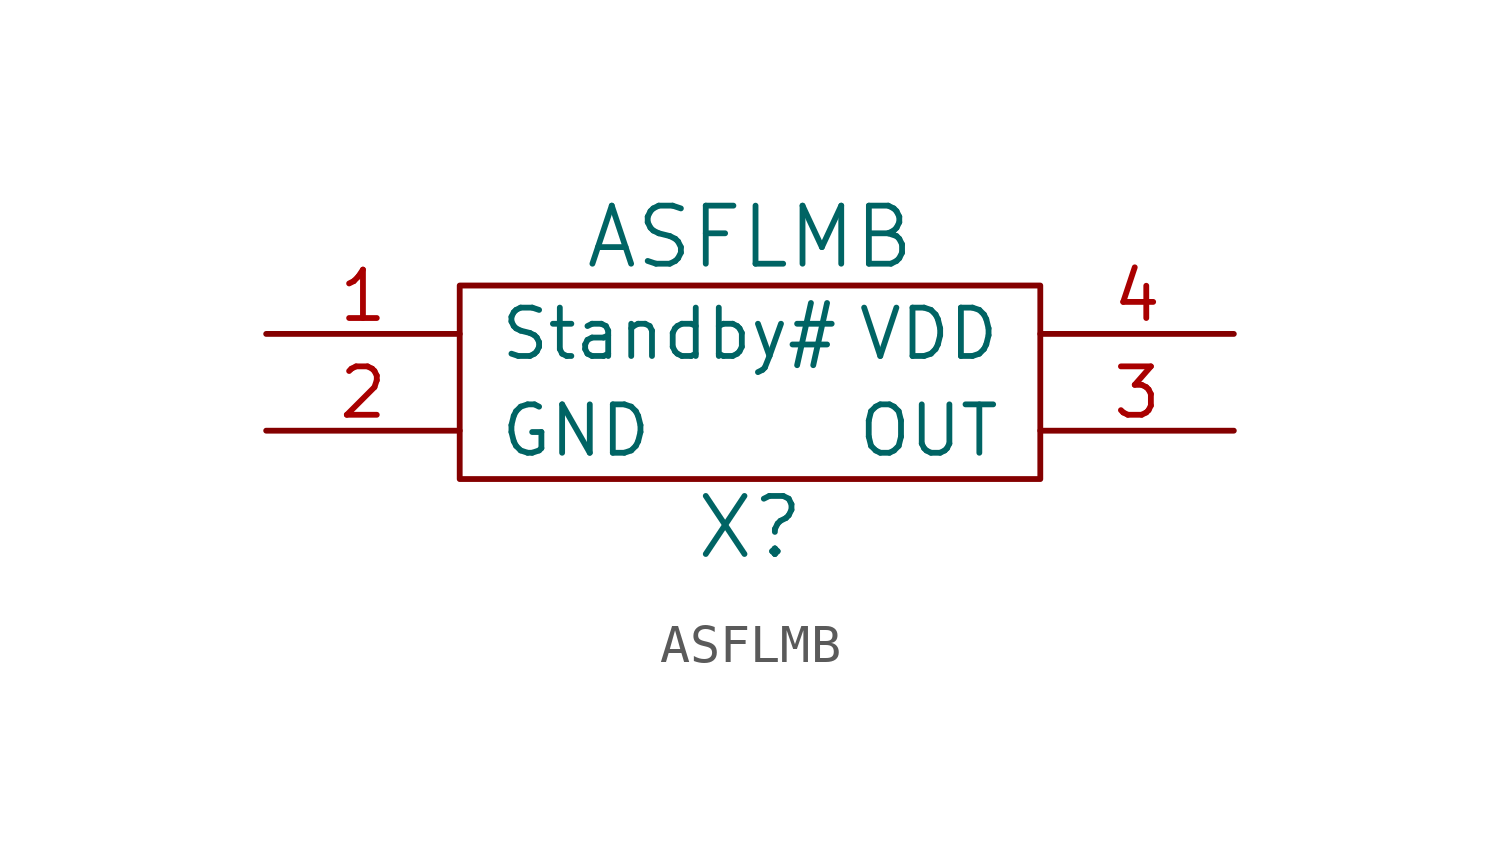
<source format=kicad_sym>
(kicad_symbol_lib
  (version 20231120)
  (generator "kicad_symbol_editor")
  (generator_version "8.0")
  (symbol "ASFLMB"
    (pin_names
      (offset 1.016))
    (property "Reference" "X"
      (at 0 -3.81 0)
      (effects (font (size 1.524 1.524))))
    (property "Value" "ASFLMB"
      (at 0 3.81 0)
      (effects (font (size 1.524 1.524))))
    (property "Footprint" ""
      (at 0 0 0)
      (effects (font (size 1.524 1.524))))
    (property "Datasheet" ""
      (at 0 0 0)
      (effects (font (size 1.524 1.524))))
    (symbol "ASFLMB_0_1"
      (rectangle (start -7.62 2.54) (end 7.62 -2.54) (stroke (width 0) (type solid)) (fill (type none))))
    (symbol "ASFLMB_1_1"
      (pin input line (at -12.7 1.27 0) (length 5.08) (name "Standby#" (effects (font (size 1.27 1.27)))) (number "1" (effects (font (size 1.27 1.27)))))
      (pin power_in line (at -12.7 -1.27 0) (length 5.08) (name "GND" (effects (font (size 1.27 1.27)))) (number "2" (effects (font (size 1.27 1.27)))))
      (pin output line (at 12.7 -1.27 180) (length 5.08) (name "OUT" (effects (font (size 1.27 1.27)))) (number "3" (effects (font (size 1.27 1.27)))))
      (pin power_in line (at 12.7 1.27 180) (length 5.08) (name "VDD" (effects (font (size 1.27 1.27)))) (number "4" (effects (font (size 1.27 1.27))))))))
</source>
